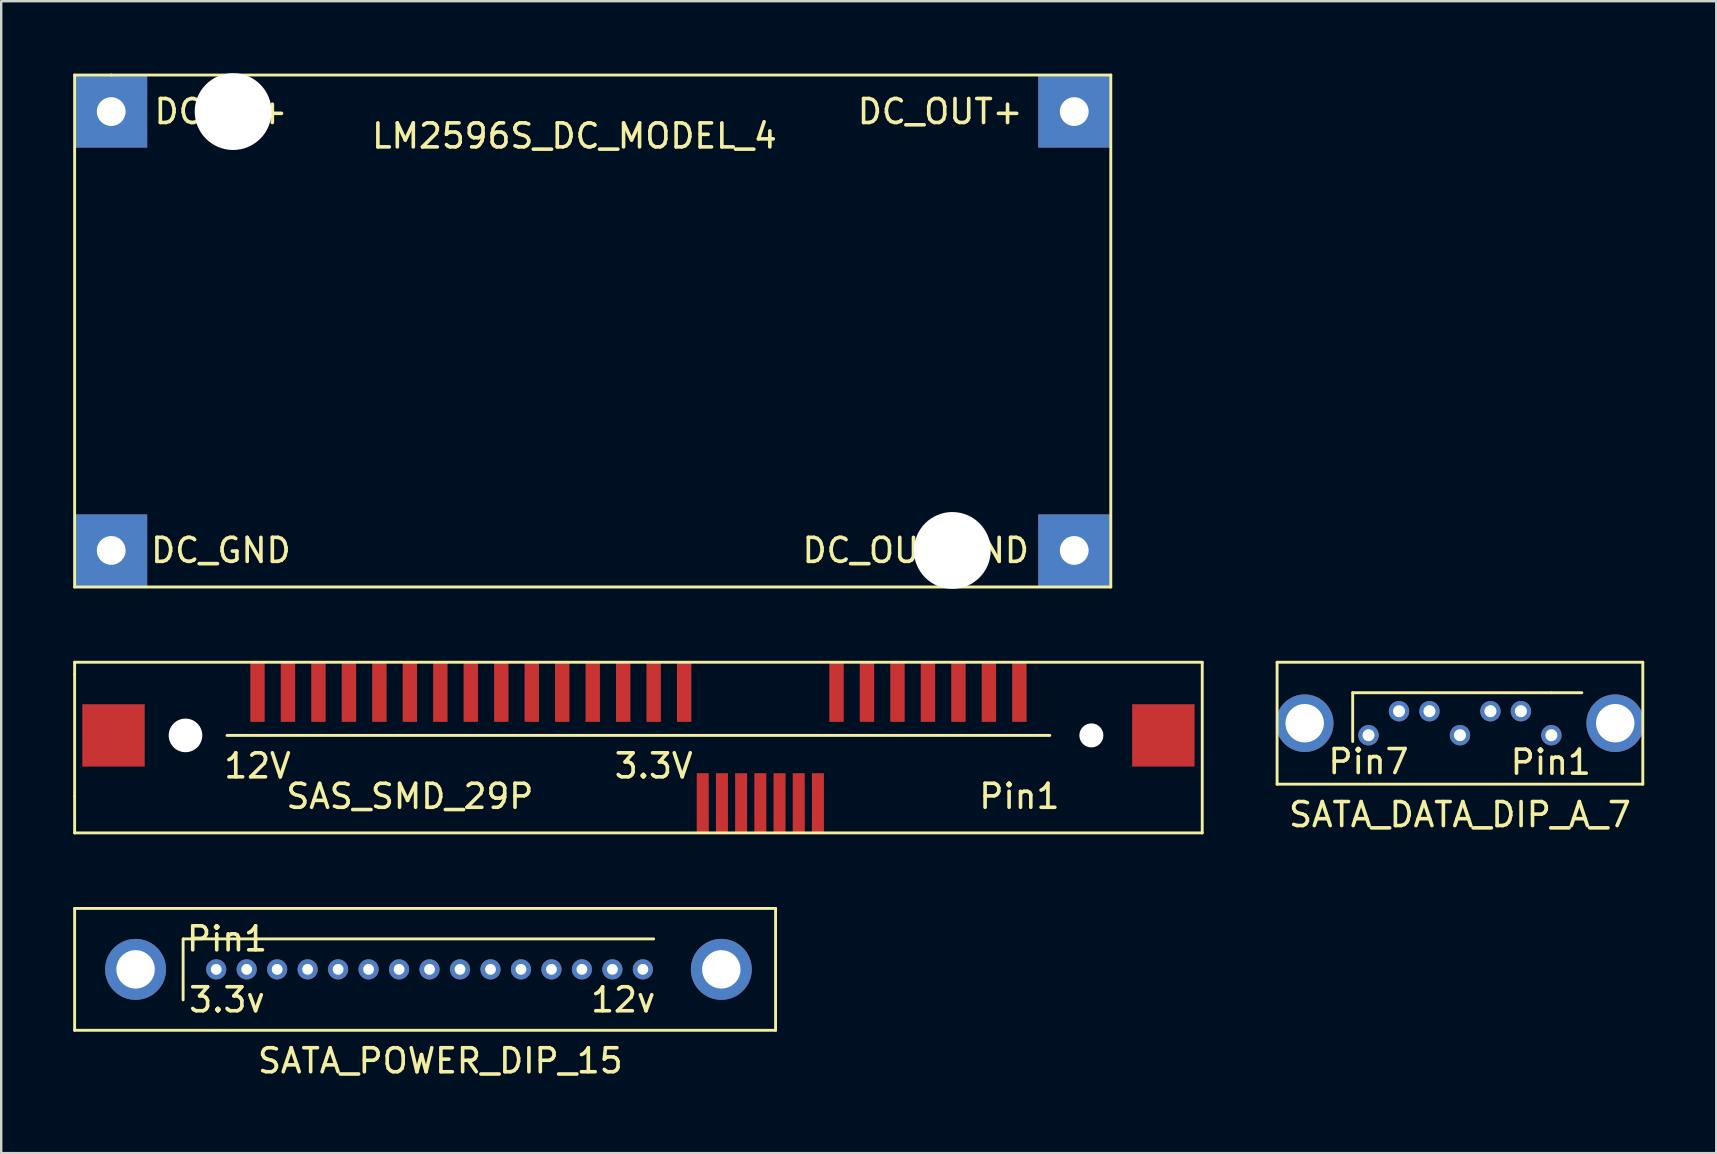
<source format=kicad_pcb>
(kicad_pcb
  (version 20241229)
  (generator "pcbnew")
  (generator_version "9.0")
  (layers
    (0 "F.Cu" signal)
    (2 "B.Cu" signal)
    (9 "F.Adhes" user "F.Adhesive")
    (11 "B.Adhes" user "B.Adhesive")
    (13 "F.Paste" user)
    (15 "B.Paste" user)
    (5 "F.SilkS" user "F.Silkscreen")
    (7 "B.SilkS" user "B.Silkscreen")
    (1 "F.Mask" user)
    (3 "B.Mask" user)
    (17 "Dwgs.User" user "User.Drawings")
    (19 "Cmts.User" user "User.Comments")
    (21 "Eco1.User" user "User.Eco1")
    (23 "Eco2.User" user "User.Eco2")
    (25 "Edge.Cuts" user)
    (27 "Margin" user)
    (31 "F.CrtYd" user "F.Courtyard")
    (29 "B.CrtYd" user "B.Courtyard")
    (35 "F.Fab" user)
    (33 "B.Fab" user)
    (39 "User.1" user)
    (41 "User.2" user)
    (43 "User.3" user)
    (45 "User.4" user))
  (footprint "SATA_DATA_DIP_A_7"
    (layer "F.Cu")
    (at 53.98 27.088)
    (property "Reference" "SATA_DATA_DIP_A_7" (at 3.81 3.81 0) (layer "F.SilkS") (effects (font (size 1 1) (thickness 0.15))))
    (attr through_hole)
    (fp_line (start -3.81 -2.54) (end -3.81 2.54) (stroke (width 0.12) (type solid)) (layer "F.SilkS"))
    (fp_line (start -3.81 2.54) (end 11.43 2.54) (stroke (width 0.12) (type solid)) (layer "F.SilkS"))
    (fp_line (start -0.66 -1.27) (end -0.66 0.762) (stroke (width 0.12) (type solid)) (layer "F.SilkS"))
    (fp_line (start -0.66 -1.27) (end 7.62 -1.27) (stroke (width 0.12) (type solid)) (layer "F.SilkS"))
    (fp_line (start 7.62 -1.27) (end 8.89 -1.27) (stroke (width 0.12) (type solid)) (layer "F.SilkS"))
    (fp_line (start 11.43 -2.54) (end -3.81 -2.54) (stroke (width 0.12) (type solid)) (layer "F.SilkS"))
    (fp_line (start 11.43 2.54) (end 11.43 -2.54) (stroke (width 0.12) (type solid)) (layer "F.SilkS"))
    (fp_text user "Pin7" (at 0 1.6 0) (layer "F.SilkS") (effects (font (size 1 1) (thickness 0.15))))
    (fp_text user "Pin1" (at 7.595 1.626 0) (layer "F.SilkS") (effects (font (size 1 1) (thickness 0.15))))
    (pad "" np_thru_hole circle (at -2.66 0) (size 2.4 2.4) (drill 1.6) (layers "*.Cu" "*.Mask"))
    (pad "" np_thru_hole circle (at 10.28 0) (size 2.4 2.4) (drill 1.6) (layers "*.Cu" "*.Mask"))
    (pad "1" thru_hole circle (at 7.62 0.5) (size 0.85 0.85) (drill 0.5) (layers "*.Cu" "*.Mask"))
    (pad "2" thru_hole circle (at 6.35 -0.5) (size 0.85 0.85) (drill 0.5) (layers "*.Cu" "*.Mask"))
    (pad "3" thru_hole circle (at 5.08 -0.5) (size 0.85 0.85) (drill 0.5) (layers "*.Cu" "*.Mask"))
    (pad "4" thru_hole circle (at 3.81 0.5) (size 0.85 0.85) (drill 0.5) (layers "*.Cu" "*.Mask"))
    (pad "5" thru_hole circle (at 2.54 -0.5) (size 0.85 0.85) (drill 0.5) (layers "*.Cu" "*.Mask"))
    (pad "6" thru_hole circle (at 1.27 -0.5) (size 0.85 0.85) (drill 0.5) (layers "*.Cu" "*.Mask"))
    (pad "7" thru_hole circle (at 0 0.5) (size 0.85 0.85) (drill 0.5) (layers "*.Cu" "*.Mask")))
  (footprint "SATA_POWER_DIP_15"
    (layer "F.Cu")
    (at 2.6 37.346)
    (property "Reference" "SATA_POWER_DIP_15" (at 12.7 3.81 0) (layer "F.SilkS") (effects (font (size 1 1) (thickness 0.15))))
    (attr through_hole)
    (fp_line (start -2.54 -2.54) (end -2.54 2.54) (stroke (width 0.12) (type solid)) (layer "F.SilkS"))
    (fp_line (start -2.54 2.54) (end 26.67 2.54) (stroke (width 0.12) (type solid)) (layer "F.SilkS"))
    (fp_line (start 1.981 1.27) (end 1.981 -1.27) (stroke (width 0.12) (type solid)) (layer "F.SilkS"))
    (fp_line (start 2.007 -1.27) (end 21.59 -1.27) (stroke (width 0.12) (type solid)) (layer "F.SilkS"))
    (fp_line (start 26.67 -2.54) (end -2.54 -2.54) (stroke (width 0.12) (type solid)) (layer "F.SilkS"))
    (fp_line (start 26.67 2.54) (end 26.67 -2.54) (stroke (width 0.12) (type solid)) (layer "F.SilkS"))
    (fp_text user "Pin1" (at 3.81 -1.27 0) (layer "F.SilkS") (effects (font (size 1 1) (thickness 0.15))))
    (fp_text user "12v" (at 20.32 1.27 0) (layer "F.SilkS") (effects (font (size 1 1) (thickness 0.15))))
    (fp_text user "3.3v" (at 3.81 1.27 0) (layer "F.SilkS") (effects (font (size 1 1) (thickness 0.15))))
    (pad "" np_thru_hole circle (at 0 0) (size 2.54 2.54) (drill 1.6) (layers "*.Cu" "*.Mask"))
    (pad "" np_thru_hole circle (at 24.409 0) (size 2.54 2.54) (drill 1.6) (layers "*.Cu" "*.Mask"))
    (pad "1" thru_hole circle (at 3.36 0) (size 0.84 0.84) (drill 0.45) (layers "*.Cu" "*.Mask"))
    (pad "2" thru_hole circle (at 4.63 0) (size 0.84 0.84) (drill 0.45) (layers "*.Cu" "*.Mask"))
    (pad "3" thru_hole circle (at 5.9 0) (size 0.84 0.84) (drill 0.45) (layers "*.Cu" "*.Mask"))
    (pad "4" thru_hole circle (at 7.17 0) (size 0.84 0.84) (drill 0.45) (layers "*.Cu" "*.Mask"))
    (pad "5" thru_hole circle (at 8.44 0) (size 0.84 0.84) (drill 0.45) (layers "*.Cu" "*.Mask"))
    (pad "6" thru_hole circle (at 9.71 0) (size 0.84 0.84) (drill 0.45) (layers "*.Cu" "*.Mask"))
    (pad "7" thru_hole circle (at 10.98 0) (size 0.84 0.84) (drill 0.45) (layers "*.Cu" "*.Mask"))
    (pad "8" thru_hole circle (at 12.25 0) (size 0.84 0.84) (drill 0.45) (layers "*.Cu" "*.Mask"))
    (pad "9" thru_hole circle (at 13.52 0) (size 0.84 0.84) (drill 0.45) (layers "*.Cu" "*.Mask"))
    (pad "10" thru_hole circle (at 14.79 0) (size 0.84 0.84) (drill 0.45) (layers "*.Cu" "*.Mask"))
    (pad "11" thru_hole circle (at 16.06 0) (size 0.84 0.84) (drill 0.45) (layers "*.Cu" "*.Mask"))
    (pad "12" thru_hole circle (at 17.33 0) (size 0.84 0.84) (drill 0.45) (layers "*.Cu" "*.Mask"))
    (pad "13" thru_hole circle (at 18.6 0) (size 0.84 0.84) (drill 0.45) (layers "*.Cu" "*.Mask"))
    (pad "14" thru_hole circle (at 19.87 0) (size 0.84 0.84) (drill 0.45) (layers "*.Cu" "*.Mask"))
    (pad "15" thru_hole circle (at 21.14 0) (size 0.84 0.84) (drill 0.45) (layers "*.Cu" "*.Mask")))
  (footprint "LM2596S_DC_MODEL_4"
    (layer "F.Cu")
    (at 1.584 1.6)
    (property "Reference" "LM2596S_DC_MODEL_4" (at 19.304 1.016 0) (layer "F.SilkS") (effects (font (size 1 1) (thickness 0.15))))
    (attr through_hole)
    (fp_line (start -1.524 -1.524) (end -1.524 19.812) (stroke (width 0.12) (type solid)) (layer "F.SilkS"))
    (fp_line (start -1.524 19.812) (end 41.656 19.812) (stroke (width 0.12) (type solid)) (layer "F.SilkS"))
    (fp_line (start 0 -1.524) (end -1.524 -1.524) (stroke (width 0.12) (type solid)) (layer "F.SilkS"))
    (fp_line (start 41.656 -1.524) (end 0 -1.524) (stroke (width 0.12) (type solid)) (layer "F.SilkS"))
    (fp_line (start 41.656 19.812) (end 41.656 -1.524) (stroke (width 0.12) (type solid)) (layer "F.SilkS"))
    (fp_text user "DC_OUT_GND" (at 33.528 18.288 0) (layer "F.SilkS") (effects (font (size 1 1) (thickness 0.15))))
    (fp_text user "DC_GND" (at 4.572 18.288 0) (layer "F.SilkS") (effects (font (size 1 1) (thickness 0.15))))
    (fp_text user "DC_IN+" (at 4.572 0 0) (layer "F.SilkS") (effects (font (size 1 1) (thickness 0.15))))
    (fp_text user "DC_OUT+" (at 34.544 0 0) (layer "F.SilkS") (effects (font (size 1 1) (thickness 0.15))))
    (pad "" np_thru_hole circle (at 5.08 0) (size 3.2 3.2) (drill 3.2) (layers "*.Cu" "*.Mask"))
    (pad "" np_thru_hole circle (at 35.052 18.288) (size 3.2 3.2) (drill 3.2) (layers "*.Cu" "*.Mask"))
    (pad "1" thru_hole rect (at 0 0) (size 3 3) (drill 1.2) (layers "*.Cu" "*.Mask"))
    (pad "2" thru_hole rect (at 0 18.288) (size 3 3) (drill 1.2) (layers "*.Cu" "*.Mask"))
    (pad "3" thru_hole rect (at 40.132 0) (size 3 3) (drill 1.2) (layers "*.Cu" "*.Mask"))
    (pad "4" thru_hole rect (at 40.132 18.288) (size 3 3) (drill 1.2) (layers "*.Cu" "*.Mask")))
  (footprint "SAS_SMD_29P"
    (layer "F.Cu")
    (at 7.68 27.596)
    (property "Reference" "SAS_SMD_29P" (at 6.35 2.54 0) (layer "F.SilkS") (effects (font (size 1 1) (thickness 0.15))))
    (attr through_hole)
    (fp_line (start -7.62 -3.048) (end -7.62 -2.54) (stroke (width 0.12) (type solid)) (layer "F.SilkS"))
    (fp_line (start -7.62 -2.54) (end -7.62 2.54) (stroke (width 0.12) (type solid)) (layer "F.SilkS"))
    (fp_line (start -7.62 2.54) (end -7.62 4.064) (stroke (width 0.12) (type solid)) (layer "F.SilkS"))
    (fp_line (start -7.62 4.064) (end 39.37 4.064) (stroke (width 0.12) (type solid)) (layer "F.SilkS"))
    (fp_line (start -1.27 0) (end 33.02 0) (stroke (width 0.12) (type solid)) (layer "F.SilkS"))
    (fp_line (start 39.37 -3.048) (end -7.62 -3.048) (stroke (width 0.12) (type solid)) (layer "F.SilkS"))
    (fp_line (start 39.37 4.064) (end 39.37 -3.048) (stroke (width 0.12) (type solid)) (layer "F.SilkS"))
    (fp_text user "3.3V" (at 16.51 1.27 0) (layer "F.SilkS") (effects (font (size 1 1) (thickness 0.15))))
    (fp_text user "12V" (at 0 1.27 0) (layer "F.SilkS") (effects (font (size 1 1) (thickness 0.15))))
    (fp_text user "Pin1" (at 31.75 2.54 0) (layer "F.SilkS") (effects (font (size 1 1) (thickness 0.15))))
    (pad "" smd rect (at -6 0) (size 2.6 2.6) (layers "F.Cu" "F.Mask" "F.Paste"))
    (pad "" np_thru_hole circle (at -3 0) (size 1.4 1.4) (drill 1.4) (layers "*.Cu" "*.Mask"))
    (pad "" np_thru_hole circle (at 34.75 0) (size 1 1) (drill 1) (layers "*.Cu" "*.Mask"))
    (pad "" smd rect (at 37.75 0) (size 2.6 2.6) (layers "F.Cu" "F.Mask" "F.Paste"))
    (pad "1" smd rect (at 31.75 -1.83) (size 0.6 2.53) (layers "F.Cu" "F.Mask" "F.Paste"))
    (pad "2" smd rect (at 30.48 -1.83) (size 0.6 2.53) (layers "F.Cu" "F.Mask" "F.Paste"))
    (pad "3" smd rect (at 29.21 -1.83) (size 0.6 2.53) (layers "F.Cu" "F.Mask" "F.Paste"))
    (pad "4" smd rect (at 27.94 -1.83) (size 0.6 2.53) (layers "F.Cu" "F.Mask" "F.Paste"))
    (pad "5" smd rect (at 26.67 -1.83) (size 0.6 2.53) (layers "F.Cu" "F.Mask" "F.Paste"))
    (pad "6" smd rect (at 25.4 -1.83) (size 0.6 2.53) (layers "F.Cu" "F.Mask" "F.Paste"))
    (pad "7" smd rect (at 24.13 -1.83) (size 0.6 2.53) (layers "F.Cu" "F.Mask" "F.Paste"))
    (pad "8" smd rect (at 23.355 2.84) (size 0.5 2.53) (layers "F.Cu" "F.Mask" "F.Paste"))
    (pad "9" smd rect (at 22.555 2.84) (size 0.5 2.53) (layers "F.Cu" "F.Mask" "F.Paste"))
    (pad "10" smd rect (at 21.755 2.84) (size 0.5 2.53) (layers "F.Cu" "F.Mask" "F.Paste"))
    (pad "11" smd rect (at 20.955 2.84) (size 0.5 2.53) (layers "F.Cu" "F.Mask" "F.Paste"))
    (pad "12" smd rect (at 20.155 2.84) (size 0.5 2.53) (layers "F.Cu" "F.Mask" "F.Paste"))
    (pad "13" smd rect (at 19.355 2.84) (size 0.5 2.53) (layers "F.Cu" "F.Mask" "F.Paste"))
    (pad "14" smd rect (at 18.555 2.84) (size 0.5 2.53) (layers "F.Cu" "F.Mask" "F.Paste"))
    (pad "15" smd rect (at 17.78 -1.83) (size 0.6 2.53) (layers "F.Cu" "F.Mask" "F.Paste"))
    (pad "16" smd rect (at 16.51 -1.83) (size 0.6 2.53) (layers "F.Cu" "F.Mask" "F.Paste"))
    (pad "17" smd rect (at 15.24 -1.83) (size 0.6 2.53) (layers "F.Cu" "F.Mask" "F.Paste"))
    (pad "18" smd rect (at 13.97 -1.83) (size 0.6 2.53) (layers "F.Cu" "F.Mask" "F.Paste"))
    (pad "19" smd rect (at 12.7 -1.83) (size 0.6 2.53) (layers "F.Cu" "F.Mask" "F.Paste"))
    (pad "20" smd rect (at 11.43 -1.83) (size 0.6 2.53) (layers "F.Cu" "F.Mask" "F.Paste"))
    (pad "21" smd rect (at 10.16 -1.83) (size 0.6 2.53) (layers "F.Cu" "F.Mask" "F.Paste"))
    (pad "22" smd rect (at 8.89 -1.83) (size 0.6 2.53) (layers "F.Cu" "F.Mask" "F.Paste"))
    (pad "23" smd rect (at 7.62 -1.83) (size 0.6 2.53) (layers "F.Cu" "F.Mask" "F.Paste"))
    (pad "24" smd rect (at 6.35 -1.83) (size 0.6 2.53) (layers "F.Cu" "F.Mask" "F.Paste"))
    (pad "25" smd rect (at 5.08 -1.83) (size 0.6 2.53) (layers "F.Cu" "F.Mask" "F.Paste"))
    (pad "26" smd rect (at 3.81 -1.83) (size 0.6 2.53) (layers "F.Cu" "F.Mask" "F.Paste"))
    (pad "27" smd rect (at 2.54 -1.83) (size 0.6 2.53) (layers "F.Cu" "F.Mask" "F.Paste"))
    (pad "28" smd rect (at 1.27 -1.83) (size 0.6 2.53) (layers "F.Cu" "F.Mask" "F.Paste"))
    (pad "29" smd rect (at 0 -1.83) (size 0.6 2.53) (layers "F.Cu" "F.Mask" "F.Paste")))
  (gr_rect
    (start -3 -3)
    (end 68.47 45.005)
    (stroke (width 0.1) (type default))
    (fill no)
    (layer "Edge.Cuts")))
</source>
